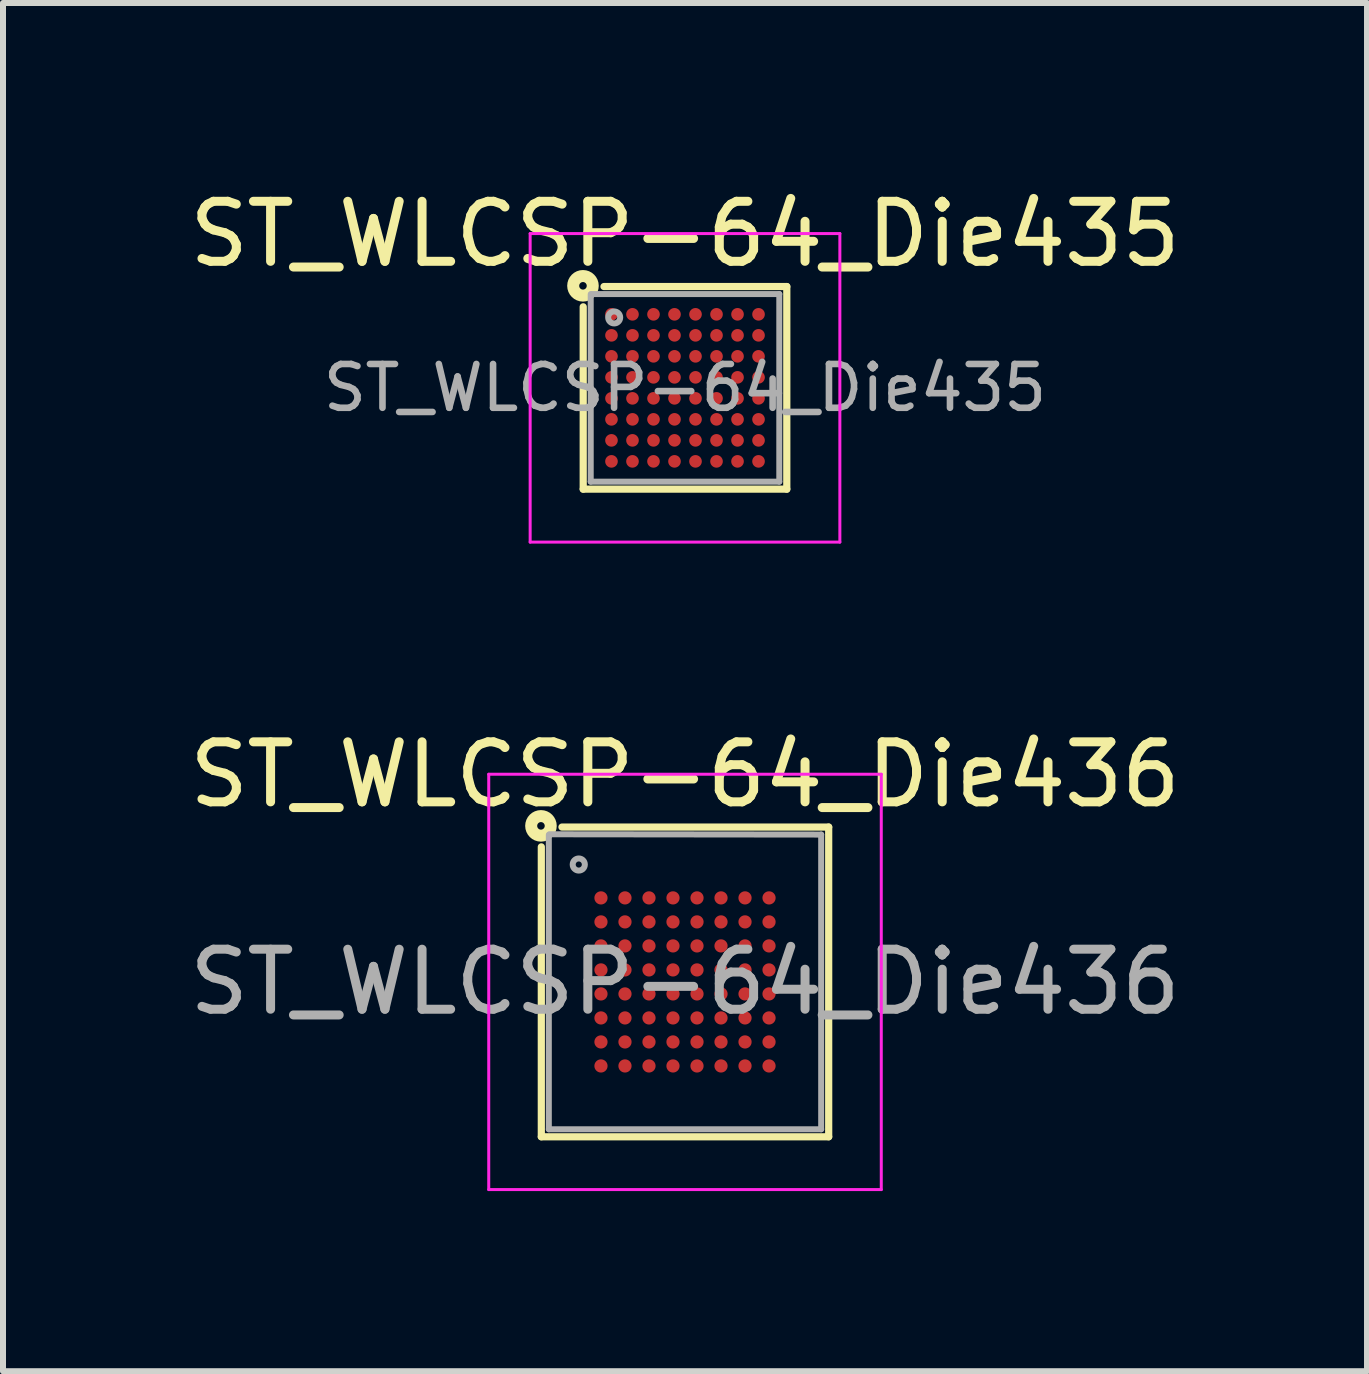
<source format=kicad_pcb>
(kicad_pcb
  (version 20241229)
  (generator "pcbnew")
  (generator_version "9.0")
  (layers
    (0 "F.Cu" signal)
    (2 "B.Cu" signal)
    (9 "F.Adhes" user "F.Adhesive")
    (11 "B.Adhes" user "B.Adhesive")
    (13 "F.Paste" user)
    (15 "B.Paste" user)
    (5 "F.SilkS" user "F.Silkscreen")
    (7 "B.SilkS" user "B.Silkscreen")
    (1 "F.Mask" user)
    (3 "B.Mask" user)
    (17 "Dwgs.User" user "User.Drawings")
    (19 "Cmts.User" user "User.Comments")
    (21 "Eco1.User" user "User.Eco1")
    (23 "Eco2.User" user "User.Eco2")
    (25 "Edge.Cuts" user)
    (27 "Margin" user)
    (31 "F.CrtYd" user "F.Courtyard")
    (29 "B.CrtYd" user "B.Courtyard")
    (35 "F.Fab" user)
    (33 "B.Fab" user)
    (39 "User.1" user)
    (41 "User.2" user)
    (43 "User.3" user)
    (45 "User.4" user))
  (footprint "ST_WLCSP-64_Die435"
    (layer "F.Cu")
    (at 8.363 3.412)
    (property "Reference" "ST_WLCSP-64_Die435" (at 0 -2.563 0) (layer "F.SilkS") (effects (font (size 1 1) (thickness 0.15))))
    (attr smd)
    (fp_line (start -1.696 1.688) (end -1.696 -1.35) (stroke (width 0.12) (type solid)) (layer "F.SilkS"))
    (fp_line (start -1.35 -1.688) (end 1.696 -1.688) (stroke (width 0.12) (type solid)) (layer "F.SilkS"))
    (fp_line (start 1.696 -1.688) (end 1.696 1.688) (stroke (width 0.12) (type solid)) (layer "F.SilkS"))
    (fp_line (start 1.696 1.688) (end -1.696 1.688) (stroke (width 0.12) (type solid)) (layer "F.SilkS"))
    (fp_circle (center -1.7 -1.7) (end -1.637 -1.7) (stroke (width 0.2) (type solid)) (fill no) (layer "F.SilkS"))
    (fp_line (start -2.58 -2.57) (end -2.58 2.57) (stroke (width 0.05) (type solid)) (layer "F.CrtYd"))
    (fp_line (start -2.58 2.57) (end 2.58 2.57) (stroke (width 0.05) (type solid)) (layer "F.CrtYd"))
    (fp_line (start 2.58 -2.57) (end -2.58 -2.57) (stroke (width 0.05) (type solid)) (layer "F.CrtYd"))
    (fp_line (start 2.58 2.57) (end 2.58 -2.57) (stroke (width 0.05) (type solid)) (layer "F.CrtYd"))
    (fp_line (start -1.571 1.563) (end -1.571 -1.56) (stroke (width 0.1) (type solid)) (layer "F.Fab"))
    (fp_line (start -1.56 -1.563) (end 1.571 -1.563) (stroke (width 0.1) (type solid)) (layer "F.Fab"))
    (fp_line (start 1.571 -1.563) (end 1.571 1.563) (stroke (width 0.1) (type solid)) (layer "F.Fab"))
    (fp_line (start 1.571 1.563) (end -1.571 1.563) (stroke (width 0.1) (type solid)) (layer "F.Fab"))
    (fp_circle (center -1.18 -1.173) (end -1.08 -1.173) (stroke (width 0.1) (type solid)) (fill no) (layer "F.Fab"))
    (fp_text user "${REFERENCE}" (at 0 0 0) (layer "F.Fab") (effects (font (size 0.73 0.73) (thickness 0.11))))
    (pad "A1" smd circle (at -1.225 -1.225) (size 0.21 0.21) (layers "F.Cu" "F.Mask" "F.Paste"))
    (pad "A2" smd circle (at -0.875 -1.225) (size 0.21 0.21) (layers "F.Cu" "F.Mask" "F.Paste"))
    (pad "A3" smd circle (at -0.525 -1.225) (size 0.21 0.21) (layers "F.Cu" "F.Mask" "F.Paste"))
    (pad "A4" smd circle (at -0.175 -1.225) (size 0.21 0.21) (layers "F.Cu" "F.Mask" "F.Paste"))
    (pad "A5" smd circle (at 0.175 -1.225) (size 0.21 0.21) (layers "F.Cu" "F.Mask" "F.Paste"))
    (pad "A6" smd circle (at 0.525 -1.225) (size 0.21 0.21) (layers "F.Cu" "F.Mask" "F.Paste"))
    (pad "A7" smd circle (at 0.875 -1.225) (size 0.21 0.21) (layers "F.Cu" "F.Mask" "F.Paste"))
    (pad "A8" smd circle (at 1.225 -1.225) (size 0.21 0.21) (layers "F.Cu" "F.Mask" "F.Paste"))
    (pad "B1" smd circle (at -1.225 -0.875) (size 0.21 0.21) (layers "F.Cu" "F.Mask" "F.Paste"))
    (pad "B2" smd circle (at -0.875 -0.875) (size 0.21 0.21) (layers "F.Cu" "F.Mask" "F.Paste"))
    (pad "B3" smd circle (at -0.525 -0.875) (size 0.21 0.21) (layers "F.Cu" "F.Mask" "F.Paste"))
    (pad "B4" smd circle (at -0.175 -0.875) (size 0.21 0.21) (layers "F.Cu" "F.Mask" "F.Paste"))
    (pad "B5" smd circle (at 0.175 -0.875) (size 0.21 0.21) (layers "F.Cu" "F.Mask" "F.Paste"))
    (pad "B6" smd circle (at 0.525 -0.875) (size 0.21 0.21) (layers "F.Cu" "F.Mask" "F.Paste"))
    (pad "B7" smd circle (at 0.875 -0.875) (size 0.21 0.21) (layers "F.Cu" "F.Mask" "F.Paste"))
    (pad "B8" smd circle (at 1.225 -0.875) (size 0.21 0.21) (layers "F.Cu" "F.Mask" "F.Paste"))
    (pad "C1" smd circle (at -1.225 -0.525) (size 0.21 0.21) (layers "F.Cu" "F.Mask" "F.Paste"))
    (pad "C2" smd circle (at -0.875 -0.525) (size 0.21 0.21) (layers "F.Cu" "F.Mask" "F.Paste"))
    (pad "C3" smd circle (at -0.525 -0.525) (size 0.21 0.21) (layers "F.Cu" "F.Mask" "F.Paste"))
    (pad "C4" smd circle (at -0.175 -0.525) (size 0.21 0.21) (layers "F.Cu" "F.Mask" "F.Paste"))
    (pad "C5" smd circle (at 0.175 -0.525) (size 0.21 0.21) (layers "F.Cu" "F.Mask" "F.Paste"))
    (pad "C6" smd circle (at 0.525 -0.525) (size 0.21 0.21) (layers "F.Cu" "F.Mask" "F.Paste"))
    (pad "C7" smd circle (at 0.875 -0.525) (size 0.21 0.21) (layers "F.Cu" "F.Mask" "F.Paste"))
    (pad "C8" smd circle (at 1.225 -0.525) (size 0.21 0.21) (layers "F.Cu" "F.Mask" "F.Paste"))
    (pad "D1" smd circle (at -1.225 -0.175) (size 0.21 0.21) (layers "F.Cu" "F.Mask" "F.Paste"))
    (pad "D2" smd circle (at -0.875 -0.175) (size 0.21 0.21) (layers "F.Cu" "F.Mask" "F.Paste"))
    (pad "D3" smd circle (at -0.525 -0.175) (size 0.21 0.21) (layers "F.Cu" "F.Mask" "F.Paste"))
    (pad "D4" smd circle (at -0.175 -0.175) (size 0.21 0.21) (layers "F.Cu" "F.Mask" "F.Paste"))
    (pad "D5" smd circle (at 0.175 -0.175) (size 0.21 0.21) (layers "F.Cu" "F.Mask" "F.Paste"))
    (pad "D6" smd circle (at 0.525 -0.175) (size 0.21 0.21) (layers "F.Cu" "F.Mask" "F.Paste"))
    (pad "D7" smd circle (at 0.875 -0.175) (size 0.21 0.21) (layers "F.Cu" "F.Mask" "F.Paste"))
    (pad "D8" smd circle (at 1.225 -0.175) (size 0.21 0.21) (layers "F.Cu" "F.Mask" "F.Paste"))
    (pad "E1" smd circle (at -1.225 0.175) (size 0.21 0.21) (layers "F.Cu" "F.Mask" "F.Paste"))
    (pad "E2" smd circle (at -0.875 0.175) (size 0.21 0.21) (layers "F.Cu" "F.Mask" "F.Paste"))
    (pad "E3" smd circle (at -0.525 0.175) (size 0.21 0.21) (layers "F.Cu" "F.Mask" "F.Paste"))
    (pad "E4" smd circle (at -0.175 0.175) (size 0.21 0.21) (layers "F.Cu" "F.Mask" "F.Paste"))
    (pad "E5" smd circle (at 0.175 0.175) (size 0.21 0.21) (layers "F.Cu" "F.Mask" "F.Paste"))
    (pad "E6" smd circle (at 0.525 0.175) (size 0.21 0.21) (layers "F.Cu" "F.Mask" "F.Paste"))
    (pad "E7" smd circle (at 0.875 0.175) (size 0.21 0.21) (layers "F.Cu" "F.Mask" "F.Paste"))
    (pad "E8" smd circle (at 1.225 0.175) (size 0.21 0.21) (layers "F.Cu" "F.Mask" "F.Paste"))
    (pad "F1" smd circle (at -1.225 0.525) (size 0.21 0.21) (layers "F.Cu" "F.Mask" "F.Paste"))
    (pad "F2" smd circle (at -0.875 0.525) (size 0.21 0.21) (layers "F.Cu" "F.Mask" "F.Paste"))
    (pad "F3" smd circle (at -0.525 0.525) (size 0.21 0.21) (layers "F.Cu" "F.Mask" "F.Paste"))
    (pad "F4" smd circle (at -0.175 0.525) (size 0.21 0.21) (layers "F.Cu" "F.Mask" "F.Paste"))
    (pad "F5" smd circle (at 0.175 0.525) (size 0.21 0.21) (layers "F.Cu" "F.Mask" "F.Paste"))
    (pad "F6" smd circle (at 0.525 0.525) (size 0.21 0.21) (layers "F.Cu" "F.Mask" "F.Paste"))
    (pad "F7" smd circle (at 0.875 0.525) (size 0.21 0.21) (layers "F.Cu" "F.Mask" "F.Paste"))
    (pad "F8" smd circle (at 1.225 0.525) (size 0.21 0.21) (layers "F.Cu" "F.Mask" "F.Paste"))
    (pad "G1" smd circle (at -1.225 0.875) (size 0.21 0.21) (layers "F.Cu" "F.Mask" "F.Paste"))
    (pad "G2" smd circle (at -0.875 0.875) (size 0.21 0.21) (layers "F.Cu" "F.Mask" "F.Paste"))
    (pad "G3" smd circle (at -0.525 0.875) (size 0.21 0.21) (layers "F.Cu" "F.Mask" "F.Paste"))
    (pad "G4" smd circle (at -0.175 0.875) (size 0.21 0.21) (layers "F.Cu" "F.Mask" "F.Paste"))
    (pad "G5" smd circle (at 0.175 0.875) (size 0.21 0.21) (layers "F.Cu" "F.Mask" "F.Paste"))
    (pad "G6" smd circle (at 0.525 0.875) (size 0.21 0.21) (layers "F.Cu" "F.Mask" "F.Paste"))
    (pad "G7" smd circle (at 0.875 0.875) (size 0.21 0.21) (layers "F.Cu" "F.Mask" "F.Paste"))
    (pad "G8" smd circle (at 1.225 0.875) (size 0.21 0.21) (layers "F.Cu" "F.Mask" "F.Paste"))
    (pad "H1" smd circle (at -1.225 1.225) (size 0.21 0.21) (layers "F.Cu" "F.Mask" "F.Paste"))
    (pad "H2" smd circle (at -0.875 1.225) (size 0.21 0.21) (layers "F.Cu" "F.Mask" "F.Paste"))
    (pad "H3" smd circle (at -0.525 1.225) (size 0.21 0.21) (layers "F.Cu" "F.Mask" "F.Paste"))
    (pad "H4" smd circle (at -0.175 1.225) (size 0.21 0.21) (layers "F.Cu" "F.Mask" "F.Paste"))
    (pad "H5" smd circle (at 0.175 1.225) (size 0.21 0.21) (layers "F.Cu" "F.Mask" "F.Paste"))
    (pad "H6" smd circle (at 0.525 1.225) (size 0.21 0.21) (layers "F.Cu" "F.Mask" "F.Paste"))
    (pad "H7" smd circle (at 0.875 1.225) (size 0.21 0.21) (layers "F.Cu" "F.Mask" "F.Paste"))
    (pad "H8" smd circle (at 1.225 1.225) (size 0.21 0.21) (layers "F.Cu" "F.Mask" "F.Paste")))
  (footprint "ST_WLCSP-64_Die436"
    (layer "F.Cu")
    (at 8.363 13.31)
    (property "Reference" "ST_WLCSP-64_Die436" (at 0 -3.455 0) (layer "F.SilkS") (effects (font (size 1 1) (thickness 0.15))))
    (attr smd)
    (fp_line (start -2.394 2.58) (end -2.394 -2.25) (stroke (width 0.12) (type solid)) (layer "F.SilkS"))
    (fp_line (start -2.05 -2.58) (end 2.394 -2.58) (stroke (width 0.12) (type solid)) (layer "F.SilkS"))
    (fp_line (start 2.394 -2.58) (end 2.394 2.58) (stroke (width 0.12) (type solid)) (layer "F.SilkS"))
    (fp_line (start 2.394 2.58) (end -2.394 2.58) (stroke (width 0.12) (type solid)) (layer "F.SilkS"))
    (fp_circle (center -2.4 -2.6) (end -2.337 -2.6) (stroke (width 0.2) (type solid)) (fill no) (layer "F.SilkS"))
    (fp_line (start -3.27 -3.46) (end -3.27 3.46) (stroke (width 0.05) (type solid)) (layer "F.CrtYd"))
    (fp_line (start -3.27 3.46) (end 3.27 3.46) (stroke (width 0.05) (type solid)) (layer "F.CrtYd"))
    (fp_line (start 3.27 -3.46) (end -3.27 -3.46) (stroke (width 0.05) (type solid)) (layer "F.CrtYd"))
    (fp_line (start 3.27 3.46) (end 3.27 -3.46) (stroke (width 0.05) (type solid)) (layer "F.CrtYd"))
    (fp_line (start -2.269 2.455) (end -2.269 -2.45) (stroke (width 0.1) (type solid)) (layer "F.Fab"))
    (fp_line (start -2.26 -2.46) (end 2.269 -2.455) (stroke (width 0.1) (type solid)) (layer "F.Fab"))
    (fp_line (start 2.269 -2.455) (end 2.269 2.455) (stroke (width 0.1) (type solid)) (layer "F.Fab"))
    (fp_line (start 2.269 2.455) (end -2.269 2.455) (stroke (width 0.1) (type solid)) (layer "F.Fab"))
    (fp_circle (center -1.77 -1.956) (end -1.669 -1.956) (stroke (width 0.1) (type solid)) (fill no) (layer "F.Fab"))
    (fp_text user "${REFERENCE}" (at 0 0 0) (layer "F.Fab") (effects (font (size 1 1) (thickness 0.15))))
    (pad "A1" smd circle (at -1.4 -1.4) (size 0.22 0.22) (layers "F.Cu" "F.Mask" "F.Paste"))
    (pad "A2" smd circle (at -1 -1.4) (size 0.22 0.22) (layers "F.Cu" "F.Mask" "F.Paste"))
    (pad "A3" smd circle (at -0.6 -1.4) (size 0.22 0.22) (layers "F.Cu" "F.Mask" "F.Paste"))
    (pad "A4" smd circle (at -0.2 -1.4) (size 0.22 0.22) (layers "F.Cu" "F.Mask" "F.Paste"))
    (pad "A5" smd circle (at 0.2 -1.4) (size 0.22 0.22) (layers "F.Cu" "F.Mask" "F.Paste"))
    (pad "A6" smd circle (at 0.6 -1.4) (size 0.22 0.22) (layers "F.Cu" "F.Mask" "F.Paste"))
    (pad "A7" smd circle (at 1 -1.4) (size 0.22 0.22) (layers "F.Cu" "F.Mask" "F.Paste"))
    (pad "A8" smd circle (at 1.4 -1.4) (size 0.22 0.22) (layers "F.Cu" "F.Mask" "F.Paste"))
    (pad "B1" smd circle (at -1.4 -1) (size 0.22 0.22) (layers "F.Cu" "F.Mask" "F.Paste"))
    (pad "B2" smd circle (at -1 -1) (size 0.22 0.22) (layers "F.Cu" "F.Mask" "F.Paste"))
    (pad "B3" smd circle (at -0.6 -1) (size 0.22 0.22) (layers "F.Cu" "F.Mask" "F.Paste"))
    (pad "B4" smd circle (at -0.2 -1) (size 0.22 0.22) (layers "F.Cu" "F.Mask" "F.Paste"))
    (pad "B5" smd circle (at 0.2 -1) (size 0.22 0.22) (layers "F.Cu" "F.Mask" "F.Paste"))
    (pad "B6" smd circle (at 0.6 -1) (size 0.22 0.22) (layers "F.Cu" "F.Mask" "F.Paste"))
    (pad "B7" smd circle (at 1 -1) (size 0.22 0.22) (layers "F.Cu" "F.Mask" "F.Paste"))
    (pad "B8" smd circle (at 1.4 -1) (size 0.22 0.22) (layers "F.Cu" "F.Mask" "F.Paste"))
    (pad "C1" smd circle (at -1.4 -0.6) (size 0.22 0.22) (layers "F.Cu" "F.Mask" "F.Paste"))
    (pad "C2" smd circle (at -1 -0.6) (size 0.22 0.22) (layers "F.Cu" "F.Mask" "F.Paste"))
    (pad "C3" smd circle (at -0.6 -0.6) (size 0.22 0.22) (layers "F.Cu" "F.Mask" "F.Paste"))
    (pad "C4" smd circle (at -0.2 -0.6) (size 0.22 0.22) (layers "F.Cu" "F.Mask" "F.Paste"))
    (pad "C5" smd circle (at 0.2 -0.6) (size 0.22 0.22) (layers "F.Cu" "F.Mask" "F.Paste"))
    (pad "C6" smd circle (at 0.6 -0.6) (size 0.22 0.22) (layers "F.Cu" "F.Mask" "F.Paste"))
    (pad "C7" smd circle (at 1 -0.6) (size 0.22 0.22) (layers "F.Cu" "F.Mask" "F.Paste"))
    (pad "C8" smd circle (at 1.4 -0.6) (size 0.22 0.22) (layers "F.Cu" "F.Mask" "F.Paste"))
    (pad "D1" smd circle (at -1.4 -0.2) (size 0.22 0.22) (layers "F.Cu" "F.Mask" "F.Paste"))
    (pad "D2" smd circle (at -1 -0.2) (size 0.22 0.22) (layers "F.Cu" "F.Mask" "F.Paste"))
    (pad "D3" smd circle (at -0.6 -0.2) (size 0.22 0.22) (layers "F.Cu" "F.Mask" "F.Paste"))
    (pad "D4" smd circle (at -0.2 -0.2) (size 0.22 0.22) (layers "F.Cu" "F.Mask" "F.Paste"))
    (pad "D5" smd circle (at 0.2 -0.2) (size 0.22 0.22) (layers "F.Cu" "F.Mask" "F.Paste"))
    (pad "D6" smd circle (at 0.6 -0.2) (size 0.22 0.22) (layers "F.Cu" "F.Mask" "F.Paste"))
    (pad "D7" smd circle (at 1 -0.2) (size 0.22 0.22) (layers "F.Cu" "F.Mask" "F.Paste"))
    (pad "D8" smd circle (at 1.4 -0.2) (size 0.22 0.22) (layers "F.Cu" "F.Mask" "F.Paste"))
    (pad "E1" smd circle (at -1.4 0.2) (size 0.22 0.22) (layers "F.Cu" "F.Mask" "F.Paste"))
    (pad "E2" smd circle (at -1 0.2) (size 0.22 0.22) (layers "F.Cu" "F.Mask" "F.Paste"))
    (pad "E3" smd circle (at -0.6 0.2) (size 0.22 0.22) (layers "F.Cu" "F.Mask" "F.Paste"))
    (pad "E4" smd circle (at -0.2 0.2) (size 0.22 0.22) (layers "F.Cu" "F.Mask" "F.Paste"))
    (pad "E5" smd circle (at 0.2 0.2) (size 0.22 0.22) (layers "F.Cu" "F.Mask" "F.Paste"))
    (pad "E6" smd circle (at 0.6 0.2) (size 0.22 0.22) (layers "F.Cu" "F.Mask" "F.Paste"))
    (pad "E7" smd circle (at 1 0.2) (size 0.22 0.22) (layers "F.Cu" "F.Mask" "F.Paste"))
    (pad "E8" smd circle (at 1.4 0.2) (size 0.22 0.22) (layers "F.Cu" "F.Mask" "F.Paste"))
    (pad "F1" smd circle (at -1.4 0.6) (size 0.22 0.22) (layers "F.Cu" "F.Mask" "F.Paste"))
    (pad "F2" smd circle (at -1 0.6) (size 0.22 0.22) (layers "F.Cu" "F.Mask" "F.Paste"))
    (pad "F3" smd circle (at -0.6 0.6) (size 0.22 0.22) (layers "F.Cu" "F.Mask" "F.Paste"))
    (pad "F4" smd circle (at -0.2 0.6) (size 0.22 0.22) (layers "F.Cu" "F.Mask" "F.Paste"))
    (pad "F5" smd circle (at 0.2 0.6) (size 0.22 0.22) (layers "F.Cu" "F.Mask" "F.Paste"))
    (pad "F6" smd circle (at 0.6 0.6) (size 0.22 0.22) (layers "F.Cu" "F.Mask" "F.Paste"))
    (pad "F7" smd circle (at 1 0.6) (size 0.22 0.22) (layers "F.Cu" "F.Mask" "F.Paste"))
    (pad "F8" smd circle (at 1.4 0.6) (size 0.22 0.22) (layers "F.Cu" "F.Mask" "F.Paste"))
    (pad "G1" smd circle (at -1.4 1) (size 0.22 0.22) (layers "F.Cu" "F.Mask" "F.Paste"))
    (pad "G2" smd circle (at -1 1) (size 0.22 0.22) (layers "F.Cu" "F.Mask" "F.Paste"))
    (pad "G3" smd circle (at -0.6 1) (size 0.22 0.22) (layers "F.Cu" "F.Mask" "F.Paste"))
    (pad "G4" smd circle (at -0.2 1) (size 0.22 0.22) (layers "F.Cu" "F.Mask" "F.Paste"))
    (pad "G5" smd circle (at 0.2 1) (size 0.22 0.22) (layers "F.Cu" "F.Mask" "F.Paste"))
    (pad "G6" smd circle (at 0.6 1) (size 0.22 0.22) (layers "F.Cu" "F.Mask" "F.Paste"))
    (pad "G7" smd circle (at 1 1) (size 0.22 0.22) (layers "F.Cu" "F.Mask" "F.Paste"))
    (pad "G8" smd circle (at 1.4 1) (size 0.22 0.22) (layers "F.Cu" "F.Mask" "F.Paste"))
    (pad "H1" smd circle (at -1.4 1.4) (size 0.22 0.22) (layers "F.Cu" "F.Mask" "F.Paste"))
    (pad "H2" smd circle (at -1 1.4) (size 0.22 0.22) (layers "F.Cu" "F.Mask" "F.Paste"))
    (pad "H3" smd circle (at -0.6 1.4) (size 0.22 0.22) (layers "F.Cu" "F.Mask" "F.Paste"))
    (pad "H4" smd circle (at -0.2 1.4) (size 0.22 0.22) (layers "F.Cu" "F.Mask" "F.Paste"))
    (pad "H5" smd circle (at 0.2 1.4) (size 0.22 0.22) (layers "F.Cu" "F.Mask" "F.Paste"))
    (pad "H6" smd circle (at 0.6 1.4) (size 0.22 0.22) (layers "F.Cu" "F.Mask" "F.Paste"))
    (pad "H7" smd circle (at 1 1.4) (size 0.22 0.22) (layers "F.Cu" "F.Mask" "F.Paste"))
    (pad "H8" smd circle (at 1.4 1.4) (size 0.22 0.22) (layers "F.Cu" "F.Mask" "F.Paste")))
  (gr_rect
    (start -3 -3)
    (end 19.726 19.796)
    (stroke (width 0.1) (type default))
    (fill no)
    (layer "Edge.Cuts")))
</source>
